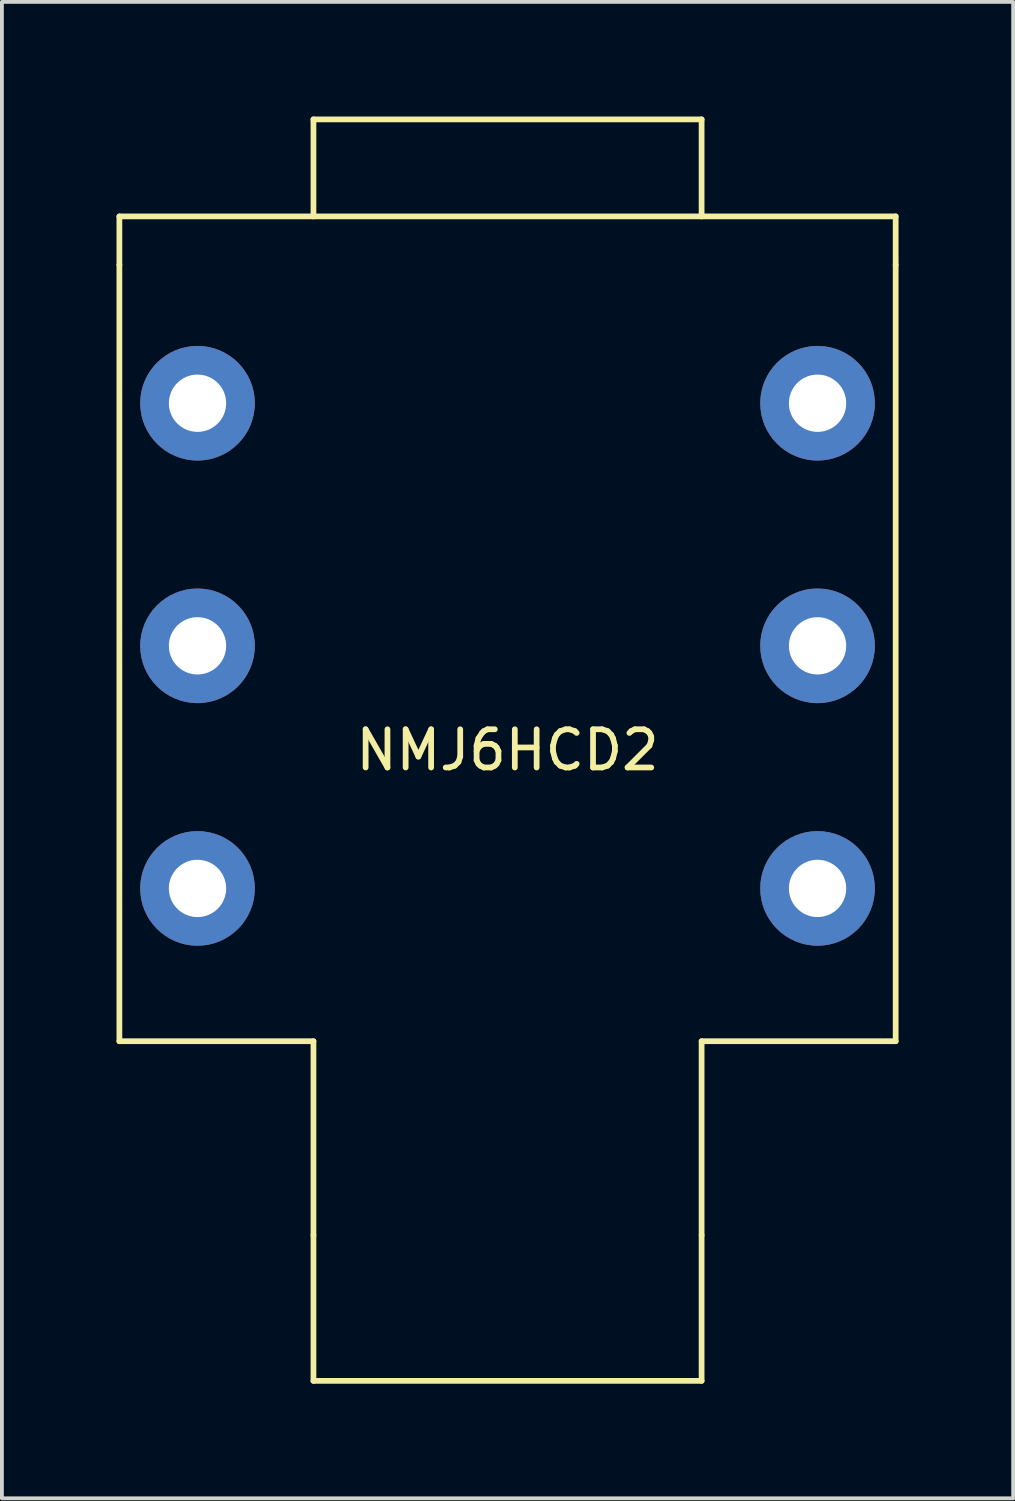
<source format=kicad_pcb>
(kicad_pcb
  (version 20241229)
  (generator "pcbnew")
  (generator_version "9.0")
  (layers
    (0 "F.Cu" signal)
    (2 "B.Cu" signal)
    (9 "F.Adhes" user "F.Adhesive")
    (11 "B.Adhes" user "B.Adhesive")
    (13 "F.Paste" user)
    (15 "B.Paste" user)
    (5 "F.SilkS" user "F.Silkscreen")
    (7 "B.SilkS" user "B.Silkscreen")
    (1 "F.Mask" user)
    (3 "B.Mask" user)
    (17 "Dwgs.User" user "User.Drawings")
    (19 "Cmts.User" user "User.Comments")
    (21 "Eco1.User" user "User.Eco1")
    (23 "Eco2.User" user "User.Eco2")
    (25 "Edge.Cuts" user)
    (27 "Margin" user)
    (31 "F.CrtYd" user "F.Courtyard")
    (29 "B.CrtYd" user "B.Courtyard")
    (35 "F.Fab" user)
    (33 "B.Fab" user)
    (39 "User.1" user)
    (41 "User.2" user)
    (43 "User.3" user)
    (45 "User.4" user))
  (footprint "NMJ6HCD2"
    (layer "F.Cu")
    (at 10.235 24.205)
    (property "Reference" "NMJ6HCD2" (at 0 -7.62 0) (layer "F.SilkS") (effects (font (size 1 1) (thickness 0.15))))
    (attr through_hole)
    (fp_line (start -10.16 -21.59) (end 10.16 -21.59) (stroke (width 0.15) (type solid)) (layer "F.SilkS"))
    (fp_line (start -10.16 -20.32) (end -10.16 -21.59) (stroke (width 0.15) (type solid)) (layer "F.SilkS"))
    (fp_line (start -10.16 0) (end -10.16 -20.32) (stroke (width 0.15) (type solid)) (layer "F.SilkS"))
    (fp_line (start -10.16 0) (end -5.08 0) (stroke (width 0.15) (type solid)) (layer "F.SilkS"))
    (fp_line (start -5.08 -24.13) (end 5.08 -24.13) (stroke (width 0.15) (type solid)) (layer "F.SilkS"))
    (fp_line (start -5.08 -21.59) (end -5.08 -24.13) (stroke (width 0.15) (type solid)) (layer "F.SilkS"))
    (fp_line (start -5.08 0) (end -5.08 5.08) (stroke (width 0.15) (type solid)) (layer "F.SilkS"))
    (fp_line (start -5.08 5.08) (end -5.08 8.89) (stroke (width 0.15) (type solid)) (layer "F.SilkS"))
    (fp_line (start -5.08 8.89) (end 5.08 8.89) (stroke (width 0.15) (type solid)) (layer "F.SilkS"))
    (fp_line (start 5.08 -24.13) (end 5.08 -21.59) (stroke (width 0.15) (type solid)) (layer "F.SilkS"))
    (fp_line (start 5.08 0) (end 10.16 0) (stroke (width 0.15) (type solid)) (layer "F.SilkS"))
    (fp_line (start 5.08 5.08) (end 5.08 0) (stroke (width 0.15) (type solid)) (layer "F.SilkS"))
    (fp_line (start 5.08 8.89) (end 5.08 5.08) (stroke (width 0.15) (type solid)) (layer "F.SilkS"))
    (fp_line (start 10.16 -21.59) (end 10.16 -20.32) (stroke (width 0.15) (type solid)) (layer "F.SilkS"))
    (fp_line (start 10.16 -20.32) (end 10.16 0) (stroke (width 0.15) (type solid)) (layer "F.SilkS"))
    (pad "1" thru_hole circle (at 8.115 -4) (size 3 3) (drill 1.5) (layers "*.Cu" "*.Mask"))
    (pad "2" thru_hole circle (at 8.115 -16.7) (size 3 3) (drill 1.5) (layers "*.Cu" "*.Mask"))
    (pad "3" thru_hole circle (at 8.115 -10.35) (size 3 3) (drill 1.5) (layers "*.Cu" "*.Mask"))
    (pad "4" thru_hole circle (at -8.115 -4) (size 3 3) (drill 1.5) (layers "*.Cu" "*.Mask"))
    (pad "5" thru_hole circle (at -8.115 -16.7) (size 3 3) (drill 1.5) (layers "*.Cu" "*.Mask"))
    (pad "6" thru_hole circle (at -8.115 -10.35) (size 3 3) (drill 1.5) (layers "*.Cu" "*.Mask")))
  (gr_rect
    (start -3 -3)
    (end 23.47 36.17)
    (stroke (width 0.1) (type default))
    (fill no)
    (layer "Edge.Cuts")))
</source>
